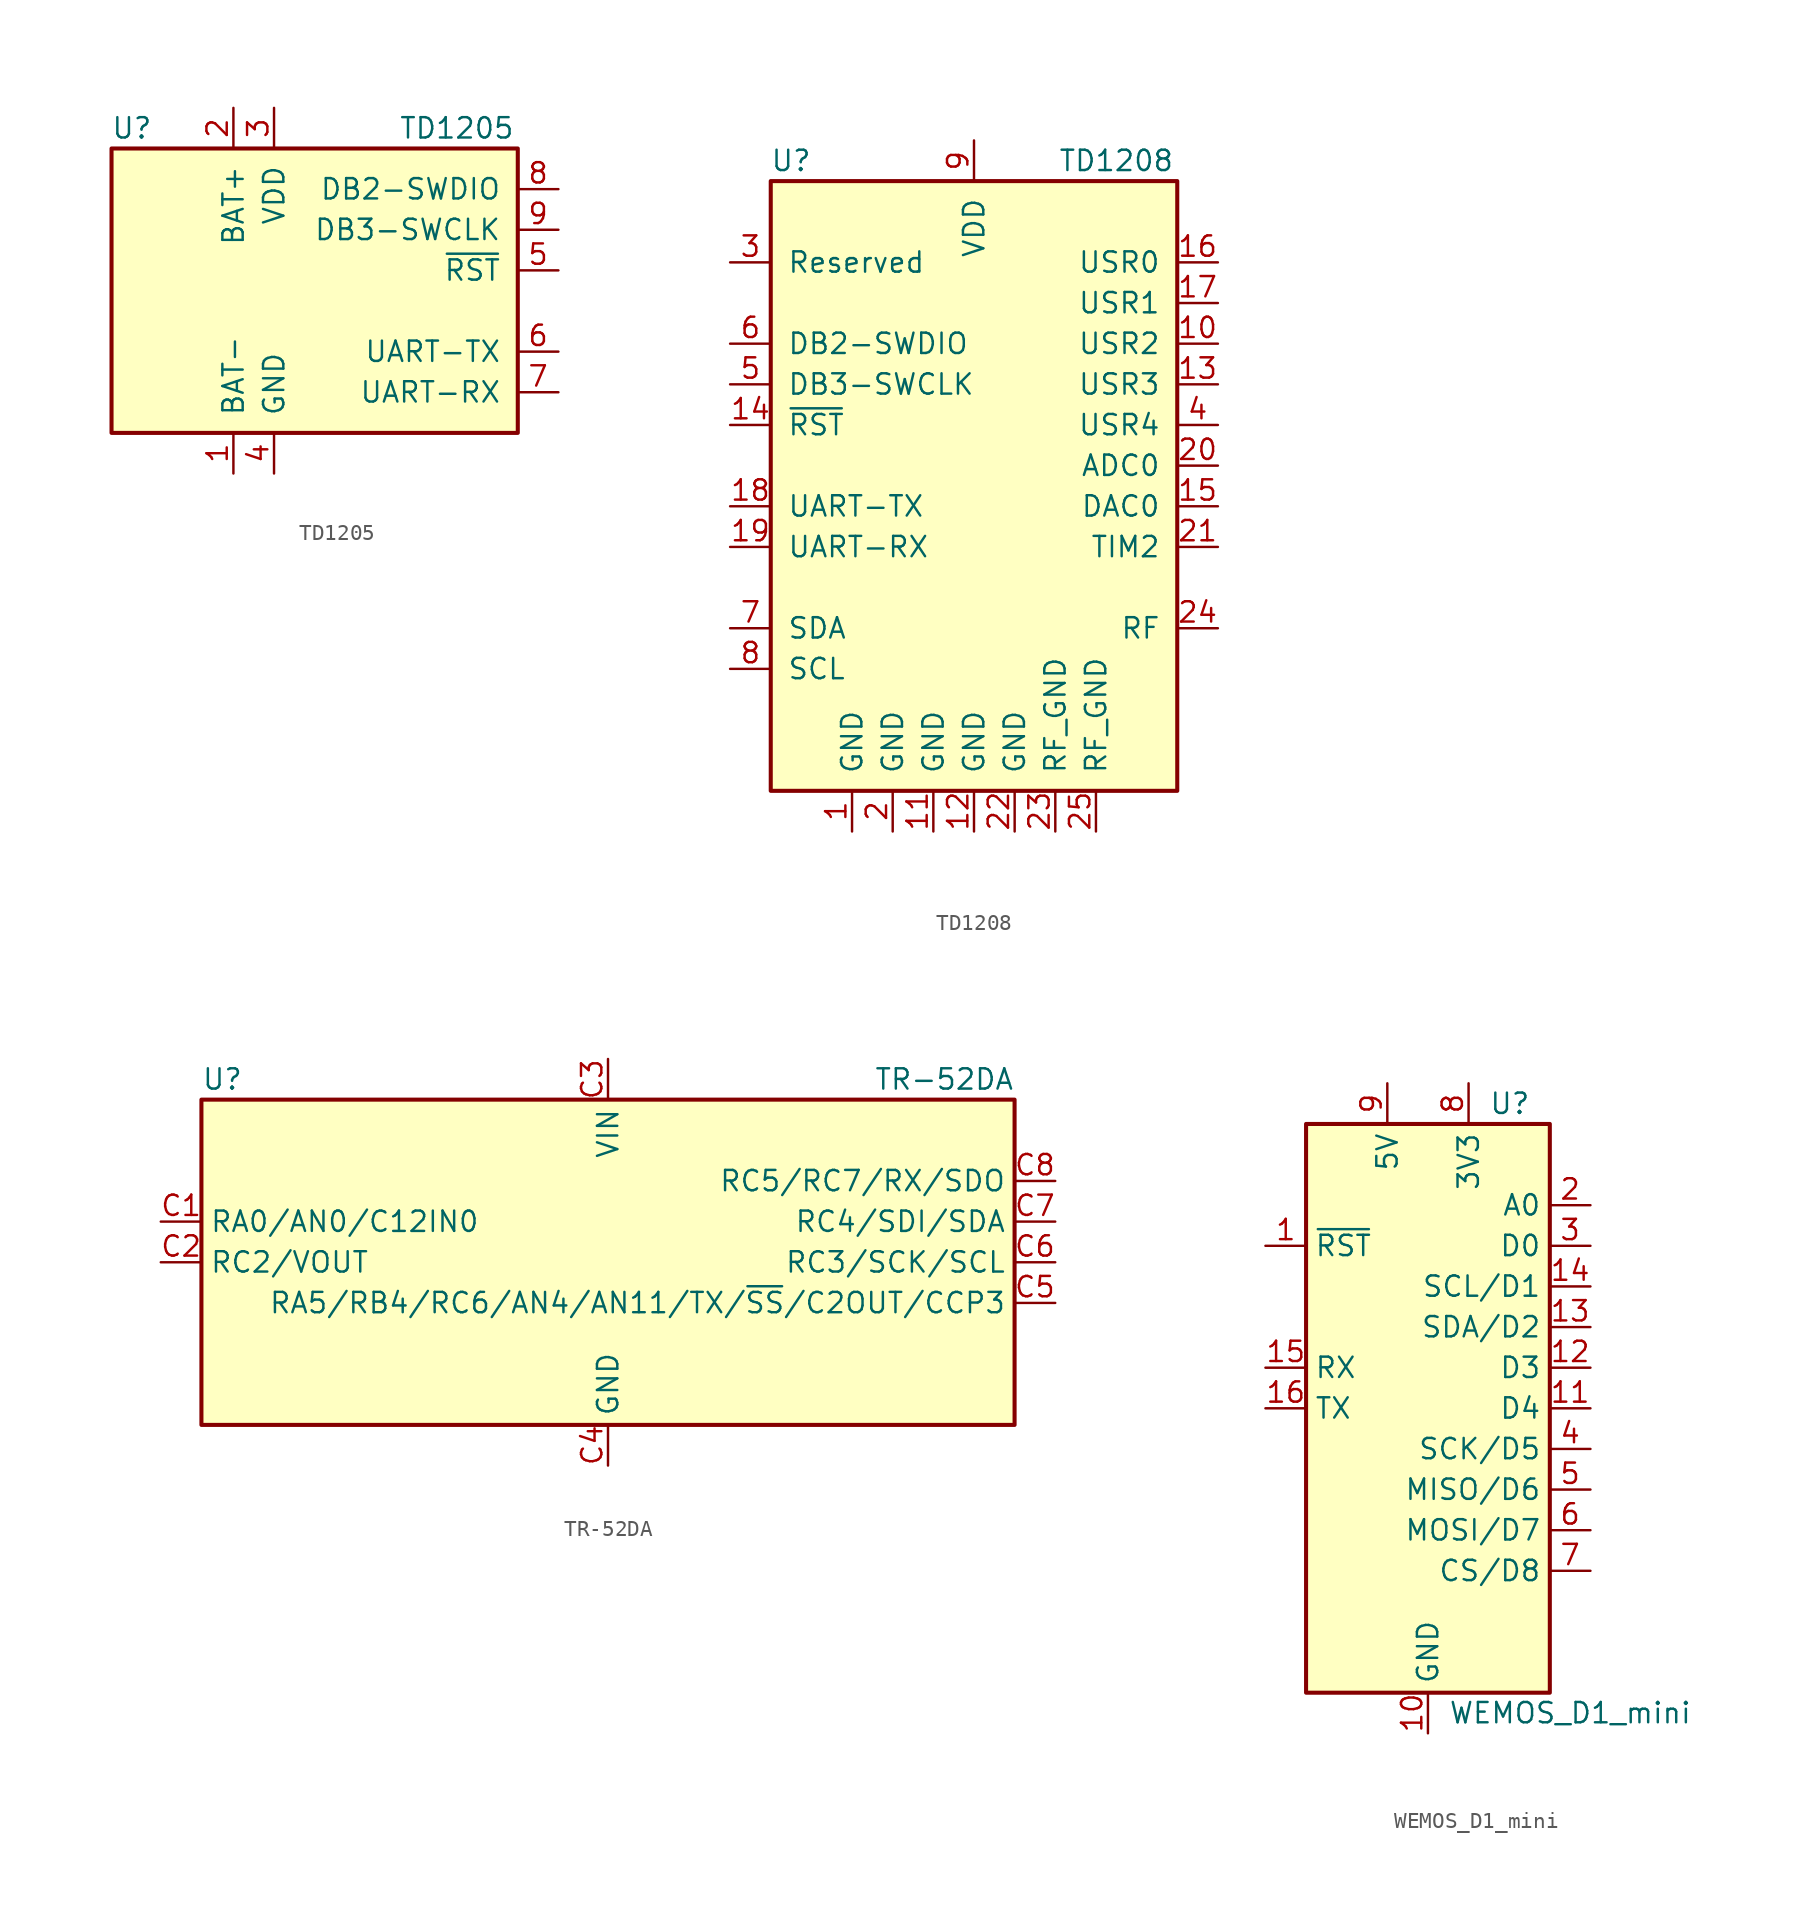
<source format=kicad_sym>
(kicad_symbol_lib
  (version 20231120)
  (generator "kicad_symbol_editor")
  (generator_version "8.0")
  (symbol "TD1205"
    (pin_names
      (offset 1.016))
    (property "Reference" "U"
      (at -11.43 11.43 0)
      (effects (font (size 1.27 1.27))))
    (property "Value" "TD1205"
      (at 8.89 11.43 0)
      (effects (font (size 1.27 1.27))))
    (symbol "TD1205_0_1"
      (rectangle (start -12.7 10.16) (end 12.7 -7.62) (stroke (width 0.254) (type default)) (fill (type background))))
    (symbol "TD1205_1_1"
      (pin power_in line (at -5.08 -10.16 90) (length 2.54) (name "BAT-" (effects (font (size 1.27 1.27)))) (number "1" (effects (font (size 1.27 1.27)))))
      (pin power_in line (at -5.08 12.7 270) (length 2.54) (name "BAT+" (effects (font (size 1.27 1.27)))) (number "2" (effects (font (size 1.27 1.27)))))
      (pin power_in line (at -2.54 12.7 270) (length 2.54) (name "VDD" (effects (font (size 1.27 1.27)))) (number "3" (effects (font (size 1.27 1.27)))))
      (pin power_in line (at -2.54 -10.16 90) (length 2.54) (name "GND" (effects (font (size 1.27 1.27)))) (number "4" (effects (font (size 1.27 1.27)))))
      (pin input line (at 15.24 2.54 180) (length 2.54) (name "~{RST}" (effects (font (size 1.27 1.27)))) (number "5" (effects (font (size 1.27 1.27)))))
      (pin bidirectional line (at 15.24 -2.54 180) (length 2.54) (name "UART-TX" (effects (font (size 1.27 1.27)))) (number "6" (effects (font (size 1.27 1.27)))))
      (pin bidirectional line (at 15.24 -5.08 180) (length 2.54) (name "UART-RX" (effects (font (size 1.27 1.27)))) (number "7" (effects (font (size 1.27 1.27)))))
      (pin bidirectional line (at 15.24 7.62 180) (length 2.54) (name "DB2-SWDIO" (effects (font (size 1.27 1.27)))) (number "8" (effects (font (size 1.27 1.27)))))
      (pin bidirectional line (at 15.24 5.08 180) (length 2.54) (name "DB3-SWCLK" (effects (font (size 1.27 1.27)))) (number "9" (effects (font (size 1.27 1.27)))))))
  (symbol "TD1208"
    (pin_names
      (offset 1.016))
    (property "Reference" "U"
      (at -11.43 19.05 0)
      (effects (font (size 1.27 1.27))))
    (property "Value" "TD1208"
      (at 8.89 19.05 0)
      (effects (font (size 1.27 1.27))))
    (symbol "TD1208_0_1"
      (rectangle (start -12.7 17.78) (end 12.7 -20.32) (stroke (width 0.254) (type default)) (fill (type background))))
    (symbol "TD1208_1_1"
      (pin power_in line (at -7.62 -22.86 90) (length 2.54) (name "GND" (effects (font (size 1.27 1.27)))) (number "1" (effects (font (size 1.27 1.27)))))
      (pin bidirectional line (at 15.24 7.62 180) (length 2.54) (name "USR2" (effects (font (size 1.27 1.27)))) (number "10" (effects (font (size 1.27 1.27)))))
      (pin power_in line (at -2.54 -22.86 90) (length 2.54) (name "GND" (effects (font (size 1.27 1.27)))) (number "11" (effects (font (size 1.27 1.27)))))
      (pin power_in line (at 0 -22.86 90) (length 2.54) (name "GND" (effects (font (size 1.27 1.27)))) (number "12" (effects (font (size 1.27 1.27)))))
      (pin bidirectional line (at 15.24 5.08 180) (length 2.54) (name "USR3" (effects (font (size 1.27 1.27)))) (number "13" (effects (font (size 1.27 1.27)))))
      (pin input line (at -15.24 2.54 0) (length 2.54) (name "~{RST}" (effects (font (size 1.27 1.27)))) (number "14" (effects (font (size 1.27 1.27)))))
      (pin bidirectional line (at 15.24 -2.54 180) (length 2.54) (name "DAC0" (effects (font (size 1.27 1.27)))) (number "15" (effects (font (size 1.27 1.27)))))
      (pin bidirectional line (at 15.24 12.7 180) (length 2.54) (name "USR0" (effects (font (size 1.27 1.27)))) (number "16" (effects (font (size 1.27 1.27)))))
      (pin bidirectional line (at 15.24 10.16 180) (length 2.54) (name "USR1" (effects (font (size 1.27 1.27)))) (number "17" (effects (font (size 1.27 1.27)))))
      (pin bidirectional line (at -15.24 -2.54 0) (length 2.54) (name "UART-TX" (effects (font (size 1.27 1.27)))) (number "18" (effects (font (size 1.27 1.27)))))
      (pin bidirectional line (at -15.24 -5.08 0) (length 2.54) (name "UART-RX" (effects (font (size 1.27 1.27)))) (number "19" (effects (font (size 1.27 1.27)))))
      (pin power_in line (at -5.08 -22.86 90) (length 2.54) (name "GND" (effects (font (size 1.27 1.27)))) (number "2" (effects (font (size 1.27 1.27)))))
      (pin bidirectional line (at 15.24 0 180) (length 2.54) (name "ADC0" (effects (font (size 1.27 1.27)))) (number "20" (effects (font (size 1.27 1.27)))))
      (pin bidirectional line (at 15.24 -5.08 180) (length 2.54) (name "TIM2" (effects (font (size 1.27 1.27)))) (number "21" (effects (font (size 1.27 1.27)))))
      (pin power_in line (at 2.54 -22.86 90) (length 2.54) (name "GND" (effects (font (size 1.27 1.27)))) (number "22" (effects (font (size 1.27 1.27)))))
      (pin power_in line (at 5.08 -22.86 90) (length 2.54) (name "RF_GND" (effects (font (size 1.27 1.27)))) (number "23" (effects (font (size 1.27 1.27)))))
      (pin bidirectional line (at 15.24 -10.16 180) (length 2.54) (name "RF" (effects (font (size 1.27 1.27)))) (number "24" (effects (font (size 1.27 1.27)))))
      (pin power_in line (at 7.62 -22.86 90) (length 2.54) (name "RF_GND" (effects (font (size 1.27 1.27)))) (number "25" (effects (font (size 1.27 1.27)))))
      (pin unspecified line (at -15.24 12.7 0) (length 2.54) (name "Reserved" (effects (font (size 1.27 1.27)))) (number "3" (effects (font (size 1.27 1.27)))))
      (pin bidirectional line (at 15.24 2.54 180) (length 2.54) (name "USR4" (effects (font (size 1.27 1.27)))) (number "4" (effects (font (size 1.27 1.27)))))
      (pin bidirectional line (at -15.24 5.08 0) (length 2.54) (name "DB3-SWCLK" (effects (font (size 1.27 1.27)))) (number "5" (effects (font (size 1.27 1.27)))))
      (pin bidirectional line (at -15.24 7.62 0) (length 2.54) (name "DB2-SWDIO" (effects (font (size 1.27 1.27)))) (number "6" (effects (font (size 1.27 1.27)))))
      (pin bidirectional line (at -15.24 -10.16 0) (length 2.54) (name "SDA" (effects (font (size 1.27 1.27)))) (number "7" (effects (font (size 1.27 1.27)))))
      (pin bidirectional line (at -15.24 -12.7 0) (length 2.54) (name "SCL" (effects (font (size 1.27 1.27)))) (number "8" (effects (font (size 1.27 1.27)))))
      (pin power_in line (at 0 20.32 270) (length 2.54) (name "VDD" (effects (font (size 1.27 1.27)))) (number "9" (effects (font (size 1.27 1.27)))))))
  (symbol "TR-52DA"
    (property "Reference" "U"
      (at -25.4 11.43 0)
      (effects (font (size 1.27 1.27)) (justify left)))
    (property "Value" "TR-52DA"
      (at 25.4 11.43 0)
      (effects (font (size 1.27 1.27)) (justify right)))
    (symbol "TR-52DA_0_1"
      (rectangle (start -25.4 10.16) (end 25.4 -10.16) (stroke (width 0.254) (type default)) (fill (type background))))
    (symbol "TR-52DA_1_1"
      (pin bidirectional line (at -27.94 2.54 0) (length 2.54) (name "RA0/AN0/C12IN0" (effects (font (size 1.27 1.27)))) (number "C1" (effects (font (size 1.27 1.27)))))
      (pin bidirectional line (at -27.94 0 0) (length 2.54) (name "RC2/VOUT" (effects (font (size 1.27 1.27)))) (number "C2" (effects (font (size 1.27 1.27)))))
      (pin power_in line (at 0 12.7 270) (length 2.54) (name "VIN" (effects (font (size 1.27 1.27)))) (number "C3" (effects (font (size 1.27 1.27)))))
      (pin power_in line (at 0 -12.7 90) (length 2.54) (name "GND" (effects (font (size 1.27 1.27)))) (number "C4" (effects (font (size 1.27 1.27)))))
      (pin bidirectional line (at 27.94 -2.54 180) (length 2.54) (name "RA5/RB4/RC6/AN4/AN11/TX/~{SS}/C2OUT/CCP3" (effects (font (size 1.27 1.27)))) (number "C5" (effects (font (size 1.27 1.27)))))
      (pin bidirectional line (at 27.94 0 180) (length 2.54) (name "RC3/SCK/SCL" (effects (font (size 1.27 1.27)))) (number "C6" (effects (font (size 1.27 1.27)))))
      (pin bidirectional line (at 27.94 2.54 180) (length 2.54) (name "RC4/SDI/SDA" (effects (font (size 1.27 1.27)))) (number "C7" (effects (font (size 1.27 1.27)))))
      (pin bidirectional line (at 27.94 5.08 180) (length 2.54) (name "RC5/RC7/RX/SDO" (effects (font (size 1.27 1.27)))) (number "C8" (effects (font (size 1.27 1.27)))))))
  (symbol "WEMOS_D1_mini"
    (property "Reference" "U"
      (at 3.81 19.05 0)
      (effects (font (size 1.27 1.27)) (justify left)))
    (property "Value" "WEMOS_D1_mini"
      (at 1.27 -19.05 0)
      (effects (font (size 1.27 1.27)) (justify left)))
    (symbol "WEMOS_D1_mini_1_1"
      (rectangle (start -7.62 17.78) (end 7.62 -17.78) (stroke (width 0.254) (type default)) (fill (type background)))
      (pin input line (at -10.16 10.16 0) (length 2.54) (name "~{RST}" (effects (font (size 1.27 1.27)))) (number "1" (effects (font (size 1.27 1.27)))))
      (pin power_in line (at 0 -20.32 90) (length 2.54) (name "GND" (effects (font (size 1.27 1.27)))) (number "10" (effects (font (size 1.27 1.27)))))
      (pin bidirectional line (at 10.16 0 180) (length 2.54) (name "D4" (effects (font (size 1.27 1.27)))) (number "11" (effects (font (size 1.27 1.27)))))
      (pin bidirectional line (at 10.16 2.54 180) (length 2.54) (name "D3" (effects (font (size 1.27 1.27)))) (number "12" (effects (font (size 1.27 1.27)))))
      (pin bidirectional line (at 10.16 5.08 180) (length 2.54) (name "SDA/D2" (effects (font (size 1.27 1.27)))) (number "13" (effects (font (size 1.27 1.27)))))
      (pin bidirectional line (at 10.16 7.62 180) (length 2.54) (name "SCL/D1" (effects (font (size 1.27 1.27)))) (number "14" (effects (font (size 1.27 1.27)))))
      (pin input line (at -10.16 2.54 0) (length 2.54) (name "RX" (effects (font (size 1.27 1.27)))) (number "15" (effects (font (size 1.27 1.27)))))
      (pin output line (at -10.16 0 0) (length 2.54) (name "TX" (effects (font (size 1.27 1.27)))) (number "16" (effects (font (size 1.27 1.27)))))
      (pin input line (at 10.16 12.7 180) (length 2.54) (name "A0" (effects (font (size 1.27 1.27)))) (number "2" (effects (font (size 1.27 1.27)))))
      (pin bidirectional line (at 10.16 10.16 180) (length 2.54) (name "D0" (effects (font (size 1.27 1.27)))) (number "3" (effects (font (size 1.27 1.27)))))
      (pin bidirectional line (at 10.16 -2.54 180) (length 2.54) (name "SCK/D5" (effects (font (size 1.27 1.27)))) (number "4" (effects (font (size 1.27 1.27)))))
      (pin bidirectional line (at 10.16 -5.08 180) (length 2.54) (name "MISO/D6" (effects (font (size 1.27 1.27)))) (number "5" (effects (font (size 1.27 1.27)))))
      (pin bidirectional line (at 10.16 -7.62 180) (length 2.54) (name "MOSI/D7" (effects (font (size 1.27 1.27)))) (number "6" (effects (font (size 1.27 1.27)))))
      (pin bidirectional line (at 10.16 -10.16 180) (length 2.54) (name "CS/D8" (effects (font (size 1.27 1.27)))) (number "7" (effects (font (size 1.27 1.27)))))
      (pin power_out line (at 2.54 20.32 270) (length 2.54) (name "3V3" (effects (font (size 1.27 1.27)))) (number "8" (effects (font (size 1.27 1.27)))))
      (pin power_in line (at -2.54 20.32 270) (length 2.54) (name "5V" (effects (font (size 1.27 1.27)))) (number "9" (effects (font (size 1.27 1.27))))))))
</source>
